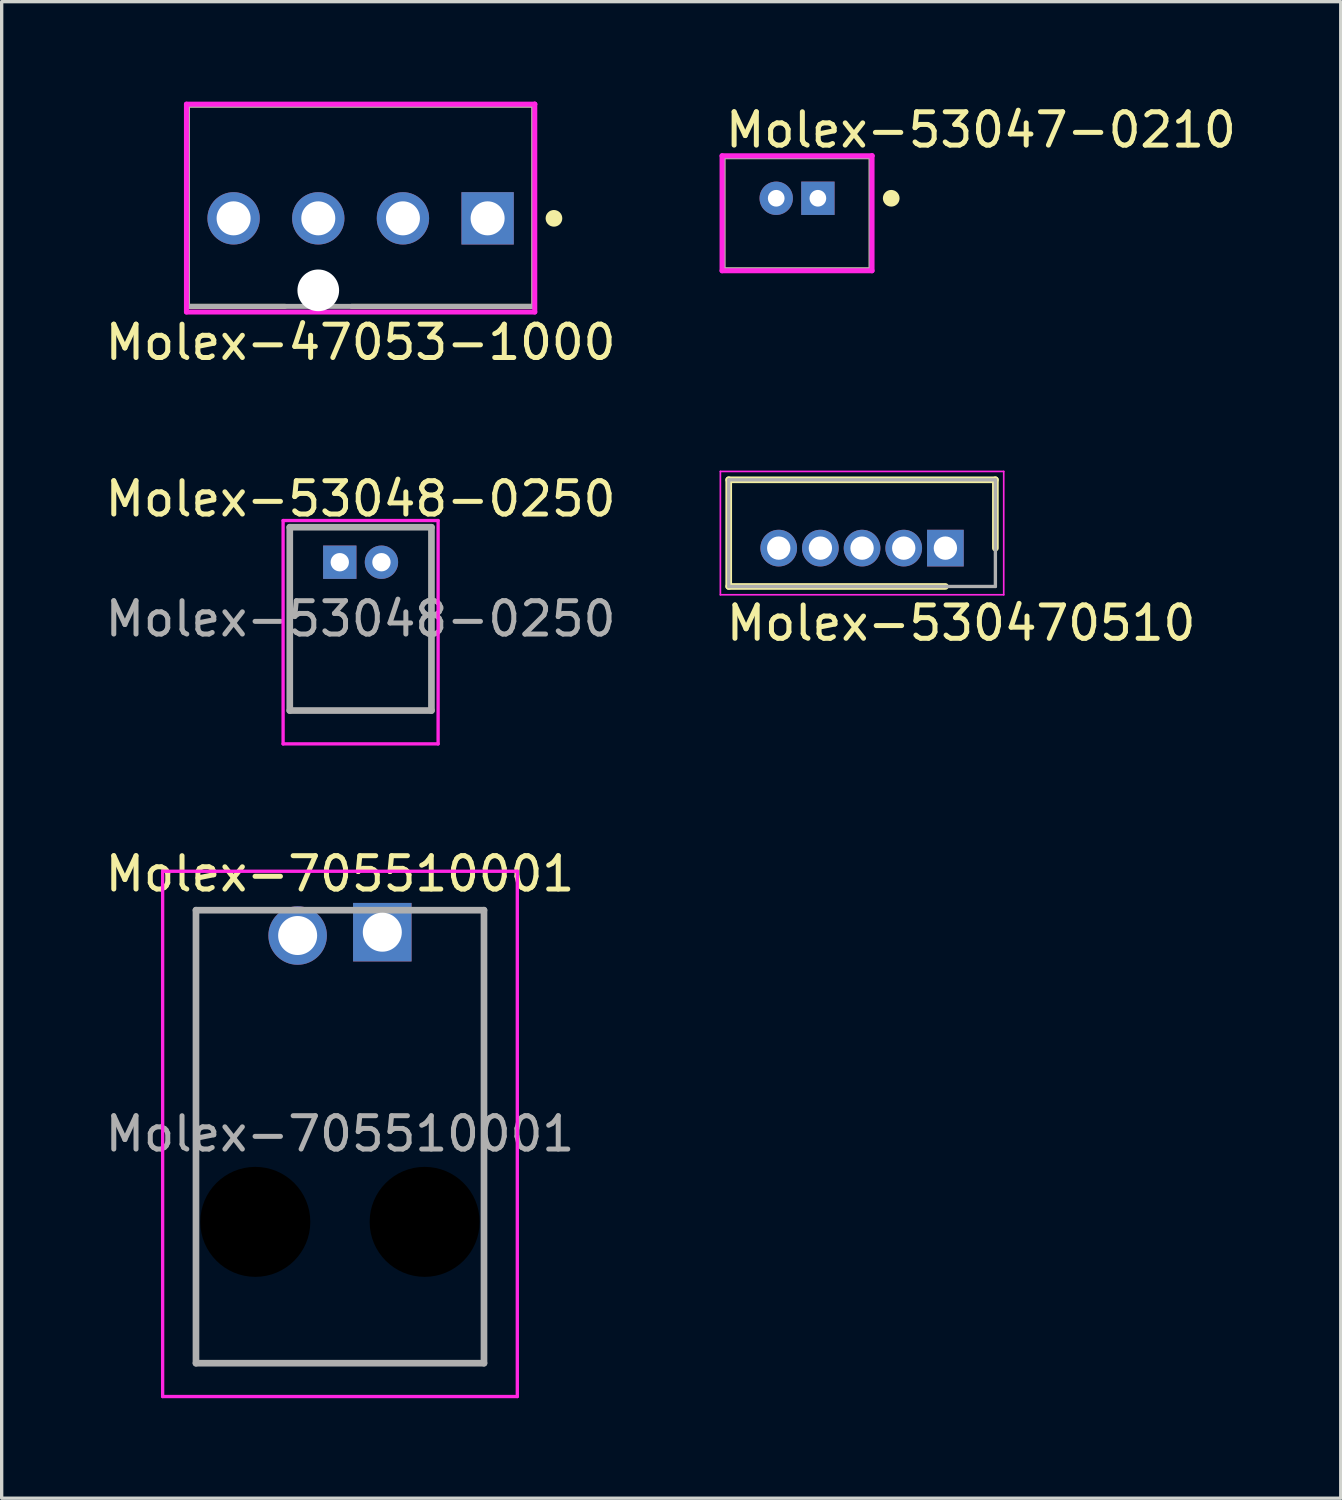
<source format=kicad_pcb>
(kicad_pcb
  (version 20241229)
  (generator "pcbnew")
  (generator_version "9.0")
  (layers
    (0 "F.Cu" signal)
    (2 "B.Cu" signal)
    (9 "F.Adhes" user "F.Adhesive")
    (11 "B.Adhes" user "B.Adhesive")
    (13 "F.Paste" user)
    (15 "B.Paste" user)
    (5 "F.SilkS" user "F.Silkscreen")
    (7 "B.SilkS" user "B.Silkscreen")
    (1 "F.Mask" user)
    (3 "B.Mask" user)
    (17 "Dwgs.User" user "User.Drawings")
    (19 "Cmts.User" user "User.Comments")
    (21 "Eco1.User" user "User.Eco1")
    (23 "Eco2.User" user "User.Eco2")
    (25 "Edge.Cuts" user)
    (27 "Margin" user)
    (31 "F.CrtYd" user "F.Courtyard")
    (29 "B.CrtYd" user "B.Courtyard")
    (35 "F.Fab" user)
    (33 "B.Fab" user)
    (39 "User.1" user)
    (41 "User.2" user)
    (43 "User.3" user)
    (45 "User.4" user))
  (footprint "Molex-530470510"
    (layer "F.Cu")
    (at 25.311 13.393)
    (property "Reference" "Molex-530470510" (at -6.65 2.25 0) (layer "F.SilkS") (effects (font (size 1 1) (thickness 0.15)) (justify left)))
    (attr through_hole)
    (fp_line (start -6.5 -2.05) (end 1.5 -2.05) (stroke (width 0.2) (type solid)) (layer "F.SilkS"))
    (fp_line (start -6.5 1.15) (end -6.5 -2.05) (stroke (width 0.2) (type solid)) (layer "F.SilkS"))
    (fp_line (start 0 1.15) (end -6.5 1.15) (stroke (width 0.2) (type solid)) (layer "F.SilkS"))
    (fp_line (start 1.5 -2.05) (end 1.5 0) (stroke (width 0.2) (type solid)) (layer "F.SilkS"))
    (fp_line (start -6.75 -2.3) (end 1.75 -2.3) (stroke (width 0.05) (type solid)) (layer "F.CrtYd"))
    (fp_line (start -6.75 1.4) (end -6.75 -2.3) (stroke (width 0.05) (type solid)) (layer "F.CrtYd"))
    (fp_line (start 1.75 -2.3) (end 1.75 1.4) (stroke (width 0.05) (type solid)) (layer "F.CrtYd"))
    (fp_line (start 1.75 1.4) (end -6.75 1.4) (stroke (width 0.05) (type solid)) (layer "F.CrtYd"))
    (fp_line (start -6.5 -2.05) (end 1.5 -2.05) (stroke (width 0.1) (type solid)) (layer "F.Fab"))
    (fp_line (start -6.5 1.15) (end -6.5 -2.05) (stroke (width 0.1) (type solid)) (layer "F.Fab"))
    (fp_line (start 1.5 -2.05) (end 1.5 1.15) (stroke (width 0.1) (type solid)) (layer "F.Fab"))
    (fp_line (start 1.5 1.15) (end -6.5 1.15) (stroke (width 0.1) (type solid)) (layer "F.Fab"))
    (pad "1" thru_hole rect (at 0 0) (size 1.1 1.1) (drill 0.7) (layers "*.Cu" "*.Mask"))
    (pad "2" thru_hole circle (at -1.25 0) (size 1.1 1.1) (drill 0.7) (layers "*.Cu" "*.Mask"))
    (pad "3" thru_hole circle (at -2.5 0) (size 1.1 1.1) (drill 0.7) (layers "*.Cu" "*.Mask"))
    (pad "4" thru_hole circle (at -3.75 0) (size 1.1 1.1) (drill 0.7) (layers "*.Cu" "*.Mask"))
    (pad "5" thru_hole circle (at -5 0) (size 1.1 1.1) (drill 0.7) (layers "*.Cu" "*.Mask")))
  (footprint "Molex-47053-1000"
    (layer "F.Cu")
    (at 7.768 3.12)
    (property "Reference" "Molex-47053-1000" (at 0 4.1 180) (layer "F.SilkS") (effects (font (size 1 1) (thickness 0.15))))
    (attr through_hole)
    (fp_line (start -5.2 -3.02) (end 5.2 -3.02) (stroke (width 0.15) (type solid)) (layer "F.SilkS"))
    (fp_line (start -5.2 3.02) (end -5.2 -3.02) (stroke (width 0.15) (type solid)) (layer "F.SilkS"))
    (fp_line (start -5.2 3.02) (end -2.27 3.02) (stroke (width 0.15) (type solid)) (layer "F.SilkS"))
    (fp_line (start -0.27 3.02) (end 5.2 3.02) (stroke (width 0.15) (type solid)) (layer "F.SilkS"))
    (fp_line (start 5.2 3.02) (end 5.2 -3.02) (stroke (width 0.15) (type solid)) (layer "F.SilkS"))
    (fp_circle (center 5.8 0.38) (end 5.925 0.38) (stroke (width 0.25) (type solid)) (fill no) (layer "F.SilkS"))
    (fp_line (start -5.225 -3.045) (end -5.225 3.19) (stroke (width 0.15) (type solid)) (layer "F.CrtYd"))
    (fp_line (start -5.225 3.19) (end 5.225 3.19) (stroke (width 0.15) (type solid)) (layer "F.CrtYd"))
    (fp_line (start 5.225 -3.045) (end -5.225 -3.045) (stroke (width 0.15) (type solid)) (layer "F.CrtYd"))
    (fp_line (start 5.225 -3.045) (end 5.225 -3.045) (stroke (width 0.15) (type solid)) (layer "F.CrtYd"))
    (fp_line (start 5.225 3.19) (end 5.225 -3.045) (stroke (width 0.15) (type solid)) (layer "F.CrtYd"))
    (fp_line (start -5.2 -3.02) (end 5.2 -3.02) (stroke (width 0.15) (type solid)) (layer "F.Fab"))
    (fp_line (start -5.2 3.02) (end -5.2 -3.02) (stroke (width 0.15) (type solid)) (layer "F.Fab"))
    (fp_line (start 5.2 -3.02) (end 5.2 3.02) (stroke (width 0.15) (type solid)) (layer "F.Fab"))
    (fp_line (start 5.2 3.02) (end -5.2 3.02) (stroke (width 0.15) (type solid)) (layer "F.Fab"))
    (pad "" np_thru_hole circle (at -1.27 2.54) (size 1.25 1.25) (drill 1.25) (layers "*.Cu" "*.Mask"))
    (pad "1" thru_hole rect (at 3.81 0.38) (size 1.57 1.57) (drill 1.02) (layers "*.Cu" "*.Mask"))
    (pad "2" thru_hole circle (at 1.27 0.38) (size 1.57 1.57) (drill 1.02) (layers "*.Cu" "*.Mask"))
    (pad "3" thru_hole circle (at -1.27 0.38) (size 1.57 1.57) (drill 1.02) (layers "*.Cu" "*.Mask"))
    (pad "4" thru_hole circle (at -3.81 0.38) (size 1.57 1.57) (drill 1.02) (layers "*.Cu" "*.Mask")))
  (footprint "Molex-53047-0210"
    (layer "F.Cu")
    (at 20.861 3.348)
    (property "Reference" "Molex-53047-0210" (at -2.225 -2.5 0) (layer "F.SilkS") (effects (font (size 1 1) (thickness 0.15)) (justify left)))
    (attr through_hole)
    (fp_line (start -2.225 -1.7) (end 2.225 -1.7) (stroke (width 0.15) (type solid)) (layer "F.SilkS"))
    (fp_line (start -2.225 1.7) (end -2.225 -1.7) (stroke (width 0.15) (type solid)) (layer "F.SilkS"))
    (fp_line (start -2.225 1.7) (end 2.225 1.7) (stroke (width 0.15) (type solid)) (layer "F.SilkS"))
    (fp_line (start 2.225 1.7) (end 2.225 -1.7) (stroke (width 0.15) (type solid)) (layer "F.SilkS"))
    (fp_circle (center 2.825 -0.45) (end 2.95 -0.45) (stroke (width 0.25) (type solid)) (fill no) (layer "F.SilkS"))
    (fp_line (start -2.25 -1.725) (end -2.25 1.725) (stroke (width 0.15) (type solid)) (layer "F.CrtYd"))
    (fp_line (start -2.25 1.725) (end 2.25 1.725) (stroke (width 0.15) (type solid)) (layer "F.CrtYd"))
    (fp_line (start 2.25 -1.725) (end -2.25 -1.725) (stroke (width 0.15) (type solid)) (layer "F.CrtYd"))
    (fp_line (start 2.25 -1.725) (end 2.25 -1.725) (stroke (width 0.15) (type solid)) (layer "F.CrtYd"))
    (fp_line (start 2.25 1.725) (end 2.25 -1.725) (stroke (width 0.15) (type solid)) (layer "F.CrtYd"))
    (fp_line (start -2.225 -1.7) (end 2.225 -1.7) (stroke (width 0.15) (type solid)) (layer "F.Fab"))
    (fp_line (start -2.225 1.7) (end -2.225 -1.7) (stroke (width 0.15) (type solid)) (layer "F.Fab"))
    (fp_line (start 2.225 -1.7) (end 2.225 1.7) (stroke (width 0.15) (type solid)) (layer "F.Fab"))
    (fp_line (start 2.225 1.7) (end -2.225 1.7) (stroke (width 0.15) (type solid)) (layer "F.Fab"))
    (pad "1" thru_hole rect (at 0.625 -0.45) (size 1 1) (drill 0.5) (layers "*.Cu" "*.Mask"))
    (pad "2" thru_hole circle (at -0.625 -0.45) (size 1 1) (drill 0.5) (layers "*.Cu" "*.Mask")))
  (footprint "Molex-705510001"
    (layer "F.Cu")
    (at 8.419 24.965)
    (property "Reference" "Molex-705510001" (at -1.27 -1.8 0) (layer "F.SilkS") (effects (font (size 1 1) (thickness 0.15))))
    (attr through_hole)
    (fp_line (start -5.59 -0.71) (end -5.59 -0.71) (stroke (width 0.1) (type solid)) (layer "F.SilkS"))
    (fp_line (start -5.59 -0.71) (end -5.59 -0.71) (stroke (width 0.1) (type solid)) (layer "F.SilkS"))
    (fp_line (start -5.59 -0.71) (end -5.59 7.25) (stroke (width 0.1) (type solid)) (layer "F.SilkS"))
    (fp_line (start -5.59 -0.71) (end -3.75 -0.71) (stroke (width 0.1) (type solid)) (layer "F.SilkS"))
    (fp_line (start -5.59 7.25) (end -5.59 -0.71) (stroke (width 0.1) (type solid)) (layer "F.SilkS"))
    (fp_line (start -5.59 7.25) (end -5.59 7.25) (stroke (width 0.1) (type solid)) (layer "F.SilkS"))
    (fp_line (start -5.59 10) (end -5.59 10) (stroke (width 0.1) (type solid)) (layer "F.SilkS"))
    (fp_line (start -5.59 10) (end -5.59 12.88) (stroke (width 0.1) (type solid)) (layer "F.SilkS"))
    (fp_line (start -5.59 12.88) (end -5.59 10) (stroke (width 0.1) (type solid)) (layer "F.SilkS"))
    (fp_line (start -5.59 12.88) (end -5.59 12.88) (stroke (width 0.1) (type solid)) (layer "F.SilkS"))
    (fp_line (start -5.59 12.88) (end -5.59 12.88) (stroke (width 0.1) (type solid)) (layer "F.SilkS"))
    (fp_line (start -5.59 12.88) (end 3.05 12.88) (stroke (width 0.1) (type solid)) (layer "F.SilkS"))
    (fp_line (start -3.75 -0.71) (end -5.59 -0.71) (stroke (width 0.1) (type solid)) (layer "F.SilkS"))
    (fp_line (start -3.75 -0.71) (end -3.75 -0.71) (stroke (width 0.1) (type solid)) (layer "F.SilkS"))
    (fp_line (start 1.5 -0.71) (end 1.5 -0.71) (stroke (width 0.1) (type solid)) (layer "F.SilkS"))
    (fp_line (start 1.5 -0.71) (end 3 -0.71) (stroke (width 0.1) (type solid)) (layer "F.SilkS"))
    (fp_line (start 3 -0.71) (end 1.5 -0.71) (stroke (width 0.1) (type solid)) (layer "F.SilkS"))
    (fp_line (start 3 -0.71) (end 3 -0.71) (stroke (width 0.1) (type solid)) (layer "F.SilkS"))
    (fp_line (start 3.05 -0.71) (end 3.05 -0.71) (stroke (width 0.1) (type solid)) (layer "F.SilkS"))
    (fp_line (start 3.05 -0.71) (end 3.05 7.25) (stroke (width 0.1) (type solid)) (layer "F.SilkS"))
    (fp_line (start 3.05 7.25) (end 3.05 -0.71) (stroke (width 0.1) (type solid)) (layer "F.SilkS"))
    (fp_line (start 3.05 7.25) (end 3.05 7.25) (stroke (width 0.1) (type solid)) (layer "F.SilkS"))
    (fp_line (start 3.05 10) (end 3.05 10) (stroke (width 0.1) (type solid)) (layer "F.SilkS"))
    (fp_line (start 3.05 10) (end 3.05 12.88) (stroke (width 0.1) (type solid)) (layer "F.SilkS"))
    (fp_line (start 3.05 12.88) (end -5.59 12.88) (stroke (width 0.1) (type solid)) (layer "F.SilkS"))
    (fp_line (start 3.05 12.88) (end 3.05 10) (stroke (width 0.1) (type solid)) (layer "F.SilkS"))
    (fp_line (start 3.05 12.88) (end 3.05 12.88) (stroke (width 0.1) (type solid)) (layer "F.SilkS"))
    (fp_line (start 3.05 12.88) (end 3.05 12.88) (stroke (width 0.1) (type solid)) (layer "F.SilkS"))
    (fp_line (start -6.59 -1.878) (end 4.05 -1.878) (stroke (width 0.1) (type solid)) (layer "F.CrtYd"))
    (fp_line (start -6.59 13.88) (end -6.59 -1.878) (stroke (width 0.1) (type solid)) (layer "F.CrtYd"))
    (fp_line (start 4.05 -1.878) (end 4.05 13.88) (stroke (width 0.1) (type solid)) (layer "F.CrtYd"))
    (fp_line (start 4.05 13.88) (end -6.59 13.88) (stroke (width 0.1) (type solid)) (layer "F.CrtYd"))
    (fp_line (start -5.59 -0.71) (end -5.59 12.88) (stroke (width 0.2) (type solid)) (layer "F.Fab"))
    (fp_line (start -5.59 12.88) (end 3.05 12.88) (stroke (width 0.2) (type solid)) (layer "F.Fab"))
    (fp_line (start 3.05 -0.71) (end -5.59 -0.71) (stroke (width 0.2) (type solid)) (layer "F.Fab"))
    (fp_line (start 3.05 12.88) (end 3.05 -0.71) (stroke (width 0.2) (type solid)) (layer "F.Fab"))
    (fp_text user "${REFERENCE}" (at -1.27 6.001 0) (layer "F.Fab") (effects (font (size 1 1) (thickness 0.15))))
    (pad "" np_thru_hole circle (at -3.81 8.64) (size 3.3 3.3) (drill 3.3) (layers "*.Mask"))
    (pad "" np_thru_hole circle (at 1.27 8.64) (size 3.3 3.3) (drill 3.3) (layers "*.Mask"))
    (pad "1" thru_hole rect (at 0 -0.05) (size 1.755 1.755) (drill 1.17) (layers "*.Cu" "*.Mask"))
    (pad "2" thru_hole circle (at -2.54 0.05) (size 1.755 1.755) (drill 1.17) (layers "*.Cu" "*.Mask")))
  (footprint "Molex-53048-0250"
    (layer "F.Cu")
    (at 7.143 13.816)
    (property "Reference" "Molex-53048-0250" (at 0.625 -1.9 0) (layer "F.SilkS") (effects (font (size 1 1) (thickness 0.15))))
    (attr through_hole)
    (fp_line (start -1.5 -1.05) (end 2.75 -1.05) (stroke (width 0.1) (type solid)) (layer "F.SilkS"))
    (fp_line (start -1.5 4.45) (end -1.5 -1.05) (stroke (width 0.1) (type solid)) (layer "F.SilkS"))
    (fp_line (start 2.75 -1.05) (end 2.75 4.45) (stroke (width 0.1) (type solid)) (layer "F.SilkS"))
    (fp_line (start 2.75 4.45) (end -1.5 4.45) (stroke (width 0.1) (type solid)) (layer "F.SilkS"))
    (fp_line (start -1.7 -1.25) (end 2.95 -1.25) (stroke (width 0.1) (type solid)) (layer "F.CrtYd"))
    (fp_line (start -1.7 5.45) (end -1.7 -1.25) (stroke (width 0.1) (type solid)) (layer "F.CrtYd"))
    (fp_line (start 2.95 -1.25) (end 2.95 5.45) (stroke (width 0.1) (type solid)) (layer "F.CrtYd"))
    (fp_line (start 2.95 5.45) (end -1.7 5.45) (stroke (width 0.1) (type solid)) (layer "F.CrtYd"))
    (fp_line (start -1.5 -1.05) (end 2.75 -1.05) (stroke (width 0.2) (type solid)) (layer "F.Fab"))
    (fp_line (start -1.5 4.45) (end -1.5 -1.05) (stroke (width 0.2) (type solid)) (layer "F.Fab"))
    (fp_line (start 2.75 -1.05) (end 2.75 4.45) (stroke (width 0.2) (type solid)) (layer "F.Fab"))
    (fp_line (start 2.75 4.45) (end -1.5 4.45) (stroke (width 0.2) (type solid)) (layer "F.Fab"))
    (fp_text user "${REFERENCE}" (at 0.625 1.7 0) (layer "F.Fab") (effects (font (size 1 1) (thickness 0.15))))
    (pad "1" thru_hole rect (at 0 0) (size 1 1) (drill 0.55) (layers "*.Cu" "*.Mask"))
    (pad "2" thru_hole circle (at 1.25 0) (size 1 1) (drill 0.55) (layers "*.Cu" "*.Mask")))
  (gr_rect
    (start -3 -3)
    (end 37.171 41.895)
    (stroke (width 0.1) (type default))
    (fill no)
    (layer "Edge.Cuts")))
</source>
